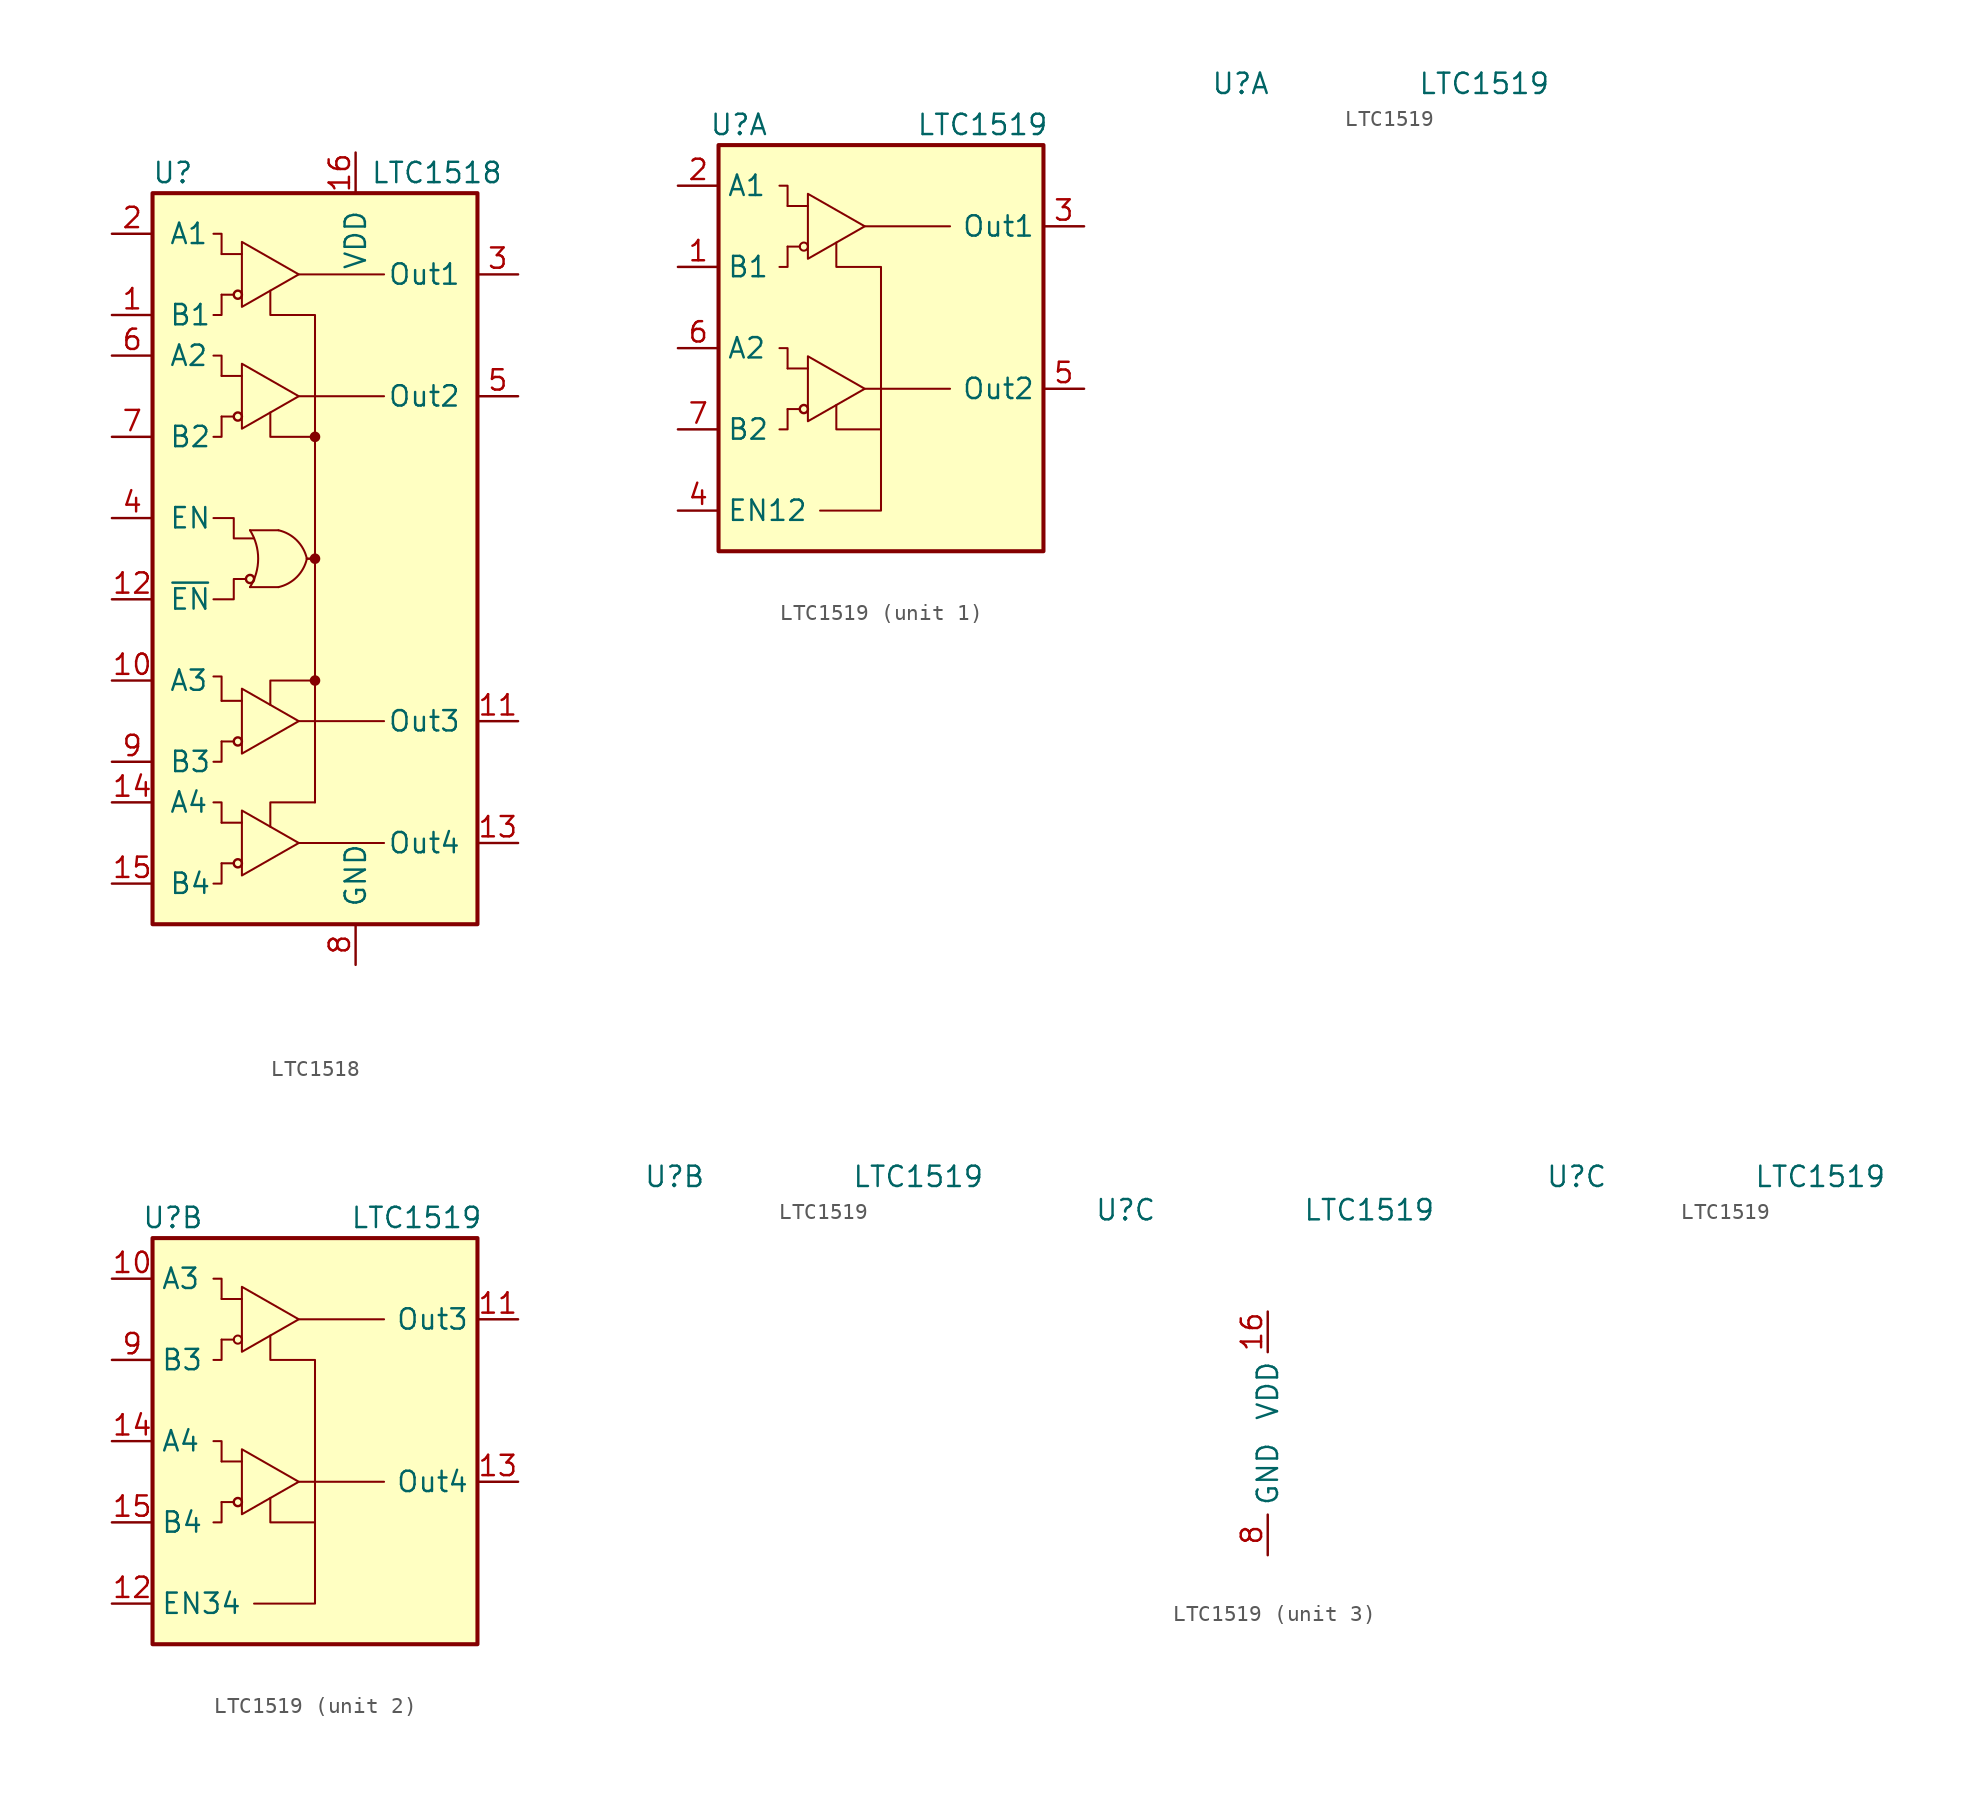
<source format=kicad_sym>
(kicad_symbol_lib
  (version 20241209)
  (generator "kicad_symbol_editor")
  (generator_version "9.0")
  (symbol "LTC1518"
    (pin_names
      (offset 1.016))
    (property "Reference" "U"
      (at -8.89 24.13 0)
      (effects (font (size 1.27 1.27))))
    (property "Value" "LTC1518"
      (at 7.62 24.13 0)
      (effects (font (size 1.27 1.27))))
    (symbol "LTC1518_0_1"
      (rectangle (start -10.16 22.86) (end 10.16 -22.86) (stroke (width 0.254) (type default)) (fill (type background)))
      (arc (start -4.064 1.778) (mid -3.5541 0) (end -4.064 -1.778) (stroke (width 0.127) (type default)) (fill (type none)))
      (polyline (pts (xy -6.35 2.54) (xy -5.08 2.54) (xy -5.08 1.27) (xy -3.81 1.27)) (stroke (width 0.127) (type default)) (fill (type none)))
      (polyline (pts (xy -5.842 19.05) (xy -4.572 19.05)) (stroke (width 0.127) (type default)) (fill (type none)))
      (polyline (pts (xy -5.842 19.05) (xy -5.842 20.32) (xy -6.35 20.32)) (stroke (width 0.127) (type default)) (fill (type none)))
      (polyline (pts (xy -5.842 16.51) (xy -5.08 16.51)) (stroke (width 0.127) (type default)) (fill (type none)))
      (polyline (pts (xy -5.842 16.51) (xy -5.842 15.24) (xy -6.096 15.24) (xy -6.35 15.24)) (stroke (width 0.127) (type default)) (fill (type none)))
      (polyline (pts (xy -5.842 11.43) (xy -5.842 12.7) (xy -6.35 12.7)) (stroke (width 0.127) (type default)) (fill (type none)))
      (polyline (pts (xy -5.842 8.89) (xy -5.842 7.62) (xy -6.35 7.62)) (stroke (width 0.127) (type default)) (fill (type none)))
      (polyline (pts (xy -5.842 -8.89) (xy -5.842 -7.366) (xy -6.35 -7.366)) (stroke (width 0.127) (type default)) (fill (type none)))
      (polyline (pts (xy -5.842 -11.43) (xy -5.842 -12.7) (xy -6.35 -12.7)) (stroke (width 0.127) (type default)) (fill (type none)))
      (polyline (pts (xy -5.842 -16.51) (xy -5.842 -15.24) (xy -6.35 -15.24)) (stroke (width 0.127) (type default)) (fill (type none)))
      (polyline (pts (xy -5.842 -19.05) (xy -5.842 -20.32) (xy -6.35 -20.32)) (stroke (width 0.127) (type default)) (fill (type none)))
      (circle (center -4.826 16.51) (radius 0.254) (stroke (width 0) (type default)) (fill (type none)))
      (polyline (pts (xy -4.572 19.812) (xy -4.572 15.748) (xy -1.016 17.78) (xy -4.572 19.812)) (stroke (width 0.127) (type default)) (fill (type none)))
      (polyline (pts (xy -4.318 -1.27) (xy -5.08 -1.27) (xy -5.08 -2.54) (xy -6.35 -2.54)) (stroke (width 0.127) (type default)) (fill (type none)))
      (circle (center -4.064 -1.27) (radius 0.254) (stroke (width 0) (type default)) (fill (type none)))
      (polyline (pts (xy -4.064 -1.778) (xy -2.286 -1.778)) (stroke (width 0.127) (type default)) (fill (type none)))
      (arc (start -0.508 0) (mid -1.1381 -1.1479) (end -2.286 -1.778) (stroke (width 0.127) (type default)) (fill (type none)))
      (arc (start -2.286 1.778) (mid -1.1381 1.1479) (end -0.508 0) (stroke (width 0.127) (type default)) (fill (type none)))
      (polyline (pts (xy -2.286 1.778) (xy -4.064 1.778)) (stroke (width 0.127) (type default)) (fill (type none)))
      (polyline (pts (xy -1.016 17.78) (xy 4.318 17.78)) (stroke (width 0.127) (type default)) (fill (type none)))
      (polyline (pts (xy -1.016 10.16) (xy 4.318 10.16)) (stroke (width 0.127) (type default)) (fill (type none)))
      (polyline (pts (xy -1.016 -10.16) (xy 4.318 -10.16)) (stroke (width 0.127) (type default)) (fill (type none)))
      (polyline (pts (xy -1.016 -17.78) (xy 4.318 -17.78)) (stroke (width 0.127) (type default)) (fill (type none)))
      (polyline (pts (xy -0.508 0) (xy 0 0)) (stroke (width 0) (type default)) (fill (type none)))
      (circle (center 0 7.62) (radius 0.254) (stroke (width 0) (type default)) (fill (type outline)))
      (polyline (pts (xy 0 7.62) (xy 0 0)) (stroke (width 0.127) (type default)) (fill (type none)))
      (polyline (pts (xy 0 7.62) (xy -2.794 7.62) (xy -2.794 9.144)) (stroke (width 0.127) (type default)) (fill (type none)))
      (polyline (pts (xy 0 7.62) (xy 0 15.24) (xy -2.794 15.24) (xy -2.794 16.764)) (stroke (width 0.127) (type default)) (fill (type none)))
      (polyline (pts (xy 0 0) (xy 0 -15.24)) (stroke (width 0.127) (type default)) (fill (type none)))
      (circle (center 0 0) (radius 0.254) (stroke (width 0) (type default)) (fill (type outline)))
      (polyline (pts (xy 0 -7.62) (xy -2.794 -7.62) (xy -2.794 -9.144)) (stroke (width 0.127) (type default)) (fill (type none)))
      (circle (center 0 -7.62) (radius 0.254) (stroke (width 0) (type default)) (fill (type outline)))
      (polyline (pts (xy 0 -15.24) (xy -2.794 -15.24) (xy -2.794 -16.764)) (stroke (width 0.127) (type default)) (fill (type none))))
    (symbol "LTC1518_1_1"
      (polyline (pts (xy -5.842 11.43) (xy -4.572 11.43)) (stroke (width 0.127) (type default)) (fill (type none)))
      (polyline (pts (xy -5.842 8.89) (xy -5.08 8.89)) (stroke (width 0.127) (type default)) (fill (type none)))
      (polyline (pts (xy -5.842 -8.89) (xy -4.572 -8.89)) (stroke (width 0.127) (type default)) (fill (type none)))
      (polyline (pts (xy -5.842 -11.43) (xy -5.08 -11.43)) (stroke (width 0.127) (type default)) (fill (type none)))
      (polyline (pts (xy -5.842 -16.51) (xy -4.572 -16.51)) (stroke (width 0.127) (type default)) (fill (type none)))
      (polyline (pts (xy -5.842 -19.05) (xy -5.08 -19.05)) (stroke (width 0.127) (type default)) (fill (type none)))
      (circle (center -4.826 8.89) (radius 0.254) (stroke (width 0) (type default)) (fill (type none)))
      (circle (center -4.826 -11.43) (radius 0.254) (stroke (width 0) (type default)) (fill (type none)))
      (circle (center -4.826 -19.05) (radius 0.254) (stroke (width 0) (type default)) (fill (type none)))
      (polyline (pts (xy -4.572 12.192) (xy -4.572 8.128) (xy -1.016 10.16) (xy -4.572 12.192)) (stroke (width 0.127) (type default)) (fill (type none)))
      (polyline (pts (xy -4.572 -8.128) (xy -4.572 -12.192) (xy -1.016 -10.16) (xy -4.572 -8.128)) (stroke (width 0.127) (type default)) (fill (type none)))
      (polyline (pts (xy -4.572 -15.748) (xy -4.572 -19.812) (xy -1.016 -17.78) (xy -4.572 -15.748)) (stroke (width 0.127) (type default)) (fill (type none)))
      (pin input line (at -12.7 20.32 0) (length 2.54) (name "A1" (effects (font (size 1.27 1.27)))) (number "2" (effects (font (size 1.27 1.27)))))
      (pin input line (at -12.7 15.24 0) (length 2.54) (name "B1" (effects (font (size 1.27 1.27)))) (number "1" (effects (font (size 1.27 1.27)))))
      (pin input line (at -12.7 12.7 0) (length 2.54) (name "A2" (effects (font (size 1.27 1.27)))) (number "6" (effects (font (size 1.27 1.27)))))
      (pin input line (at -12.7 7.62 0) (length 2.54) (name "B2" (effects (font (size 1.27 1.27)))) (number "7" (effects (font (size 1.27 1.27)))))
      (pin input line (at -12.7 2.54 0) (length 2.54) (name "EN" (effects (font (size 1.27 1.27)))) (number "4" (effects (font (size 1.27 1.27)))))
      (pin input line (at -12.7 -2.54 0) (length 2.54) (name "~{EN}" (effects (font (size 1.27 1.27)))) (number "12" (effects (font (size 1.27 1.27)))))
      (pin input line (at -12.7 -7.62 0) (length 2.54) (name "A3" (effects (font (size 1.27 1.27)))) (number "10" (effects (font (size 1.27 1.27)))))
      (pin input line (at -12.7 -12.7 0) (length 2.54) (name "B3" (effects (font (size 1.27 1.27)))) (number "9" (effects (font (size 1.27 1.27)))))
      (pin input line (at -12.7 -15.24 0) (length 2.54) (name "A4" (effects (font (size 1.27 1.27)))) (number "14" (effects (font (size 1.27 1.27)))))
      (pin input line (at -12.7 -20.32 0) (length 2.54) (name "B4" (effects (font (size 1.27 1.27)))) (number "15" (effects (font (size 1.27 1.27)))))
      (pin power_in line (at 2.54 25.4 270) (length 2.54) (name "VDD" (effects (font (size 1.27 1.27)))) (number "16" (effects (font (size 1.27 1.27)))))
      (pin power_in line (at 2.54 -25.4 90) (length 2.54) (name "GND" (effects (font (size 1.27 1.27)))) (number "8" (effects (font (size 1.27 1.27)))))
      (pin tri_state line (at 12.7 17.78 180) (length 2.54) (name "Out1" (effects (font (size 1.27 1.27)))) (number "3" (effects (font (size 1.27 1.27)))))
      (pin tri_state line (at 12.7 10.16 180) (length 2.54) (name "Out2" (effects (font (size 1.27 1.27)))) (number "5" (effects (font (size 1.27 1.27)))))
      (pin tri_state line (at 12.7 -10.16 180) (length 2.54) (name "Out3" (effects (font (size 1.27 1.27)))) (number "11" (effects (font (size 1.27 1.27)))))
      (pin tri_state line (at 12.7 -17.78 180) (length 2.54) (name "Out4" (effects (font (size 1.27 1.27)))) (number "13" (effects (font (size 1.27 1.27)))))))
  (symbol "LTC1519"
    (property "Reference" "U"
      (at -8.89 13.97 0)
      (effects (font (size 1.27 1.27))))
    (property "Value" "LTC1519"
      (at 6.35 13.97 0)
      (effects (font (size 1.27 1.27))))
    (property "ki_locked" ""
      (at 0 0 0)
      (effects (font (size 1.27 1.27))))
    (symbol "LTC1519_1_1"
      (rectangle (start -10.16 12.7) (end 10.16 -12.7) (stroke (width 0.254) (type default)) (fill (type background)))
      (polyline (pts (xy -5.842 8.89) (xy -4.572 8.89)) (stroke (width 0.127) (type default)) (fill (type none)))
      (polyline (pts (xy -5.842 8.89) (xy -5.842 10.16) (xy -6.35 10.16)) (stroke (width 0.127) (type default)) (fill (type none)))
      (polyline (pts (xy -5.842 6.35) (xy -5.08 6.35)) (stroke (width 0.127) (type default)) (fill (type none)))
      (polyline (pts (xy -5.842 6.35) (xy -5.842 5.08) (xy -6.096 5.08) (xy -6.35 5.08)) (stroke (width 0.127) (type default)) (fill (type none)))
      (polyline (pts (xy -5.842 -1.27) (xy -4.572 -1.27)) (stroke (width 0.127) (type default)) (fill (type none)))
      (polyline (pts (xy -5.842 -1.27) (xy -5.842 0) (xy -6.35 0)) (stroke (width 0.127) (type default)) (fill (type none)))
      (polyline (pts (xy -5.842 -3.81) (xy -5.08 -3.81)) (stroke (width 0.127) (type default)) (fill (type none)))
      (polyline (pts (xy -5.842 -3.81) (xy -5.842 -5.08) (xy -6.35 -5.08)) (stroke (width 0.127) (type default)) (fill (type none)))
      (circle (center -4.826 6.35) (radius 0.254) (stroke (width 0.127) (type default)) (fill (type none)))
      (circle (center -4.826 -3.81) (radius 0.254) (stroke (width 0) (type default)) (fill (type none)))
      (polyline (pts (xy -4.572 9.652) (xy -4.572 5.588) (xy -1.016 7.62) (xy -4.572 9.652)) (stroke (width 0.127) (type default)) (fill (type none)))
      (polyline (pts (xy -4.572 -0.508) (xy -4.572 -4.572) (xy -1.016 -2.54) (xy -4.572 -0.508)) (stroke (width 0.127) (type default)) (fill (type none)))
      (polyline (pts (xy -3.81 -10.16) (xy 0 -10.16) (xy 0 -2.54)) (stroke (width 0.127) (type default)) (fill (type none)))
      (polyline (pts (xy -1.016 7.62) (xy 4.318 7.62)) (stroke (width 0.127) (type default)) (fill (type none)))
      (polyline (pts (xy -1.016 -2.54) (xy 4.318 -2.54)) (stroke (width 0.127) (type default)) (fill (type none)))
      (polyline (pts (xy 0 -2.54) (xy 0 5.08) (xy -2.794 5.08) (xy -2.794 6.604)) (stroke (width 0.127) (type default)) (fill (type none)))
      (polyline (pts (xy 0 -5.08) (xy -2.794 -5.08) (xy -2.794 -3.556)) (stroke (width 0.127) (type default)) (fill (type none)))
      (pin input line (at -12.7 10.16 0) (length 2.54) (name "A1" (effects (font (size 1.27 1.27)))) (number "2" (effects (font (size 1.27 1.27)))))
      (pin input line (at -12.7 5.08 0) (length 2.54) (name "B1" (effects (font (size 1.27 1.27)))) (number "1" (effects (font (size 1.27 1.27)))))
      (pin input line (at -12.7 0 0) (length 2.54) (name "A2" (effects (font (size 1.27 1.27)))) (number "6" (effects (font (size 1.27 1.27)))))
      (pin input line (at -12.7 -5.08 0) (length 2.54) (name "B2" (effects (font (size 1.27 1.27)))) (number "7" (effects (font (size 1.27 1.27)))))
      (pin input line (at -12.7 -10.16 0) (length 2.54) (name "EN12" (effects (font (size 1.27 1.27)))) (number "4" (effects (font (size 1.27 1.27)))))
      (pin tri_state line (at 12.7 7.62 180) (length 2.54) (name "Out1" (effects (font (size 1.27 1.27)))) (number "3" (effects (font (size 1.27 1.27)))))
      (pin tri_state line (at 12.7 -2.54 180) (length 2.54) (name "Out2" (effects (font (size 1.27 1.27)))) (number "5" (effects (font (size 1.27 1.27))))))
    (symbol "LTC1519_2_1"
      (rectangle (start -10.16 12.7) (end 10.16 -12.7) (stroke (width 0.254) (type default)) (fill (type background)))
      (polyline (pts (xy -5.842 8.89) (xy -4.572 8.89)) (stroke (width 0.127) (type default)) (fill (type none)))
      (polyline (pts (xy -5.842 8.89) (xy -5.842 10.16) (xy -6.35 10.16)) (stroke (width 0.127) (type default)) (fill (type none)))
      (polyline (pts (xy -5.842 6.35) (xy -5.08 6.35)) (stroke (width 0.127) (type default)) (fill (type none)))
      (polyline (pts (xy -5.842 6.35) (xy -5.842 5.08) (xy -6.096 5.08) (xy -6.35 5.08)) (stroke (width 0.127) (type default)) (fill (type none)))
      (polyline (pts (xy -5.842 -1.27) (xy -4.572 -1.27)) (stroke (width 0.127) (type default)) (fill (type none)))
      (polyline (pts (xy -5.842 -1.27) (xy -5.842 0) (xy -6.35 0)) (stroke (width 0.127) (type default)) (fill (type none)))
      (polyline (pts (xy -5.842 -3.81) (xy -5.08 -3.81)) (stroke (width 0.127) (type default)) (fill (type none)))
      (polyline (pts (xy -5.842 -3.81) (xy -5.842 -5.08) (xy -6.35 -5.08)) (stroke (width 0.127) (type default)) (fill (type none)))
      (circle (center -4.826 6.35) (radius 0.254) (stroke (width 0.127) (type default)) (fill (type none)))
      (circle (center -4.826 -3.81) (radius 0.254) (stroke (width 0) (type default)) (fill (type none)))
      (polyline (pts (xy -4.572 9.652) (xy -4.572 5.588) (xy -1.016 7.62) (xy -4.572 9.652)) (stroke (width 0.127) (type default)) (fill (type none)))
      (polyline (pts (xy -4.572 -0.508) (xy -4.572 -4.572) (xy -1.016 -2.54) (xy -4.572 -0.508)) (stroke (width 0.127) (type default)) (fill (type none)))
      (polyline (pts (xy -3.81 -10.16) (xy 0 -10.16) (xy 0 -2.54)) (stroke (width 0.127) (type default)) (fill (type none)))
      (polyline (pts (xy -1.016 7.62) (xy 4.318 7.62)) (stroke (width 0.127) (type default)) (fill (type none)))
      (polyline (pts (xy -1.016 -2.54) (xy 4.318 -2.54)) (stroke (width 0.127) (type default)) (fill (type none)))
      (polyline (pts (xy 0 -2.54) (xy 0 5.08) (xy -2.794 5.08) (xy -2.794 6.604)) (stroke (width 0.127) (type default)) (fill (type none)))
      (polyline (pts (xy 0 -5.08) (xy -2.794 -5.08) (xy -2.794 -3.556)) (stroke (width 0.127) (type default)) (fill (type none)))
      (pin input line (at -12.7 10.16 0) (length 2.54) (name "A3" (effects (font (size 1.27 1.27)))) (number "10" (effects (font (size 1.27 1.27)))))
      (pin input line (at -12.7 5.08 0) (length 2.54) (name "B3" (effects (font (size 1.27 1.27)))) (number "9" (effects (font (size 1.27 1.27)))))
      (pin input line (at -12.7 0 0) (length 2.54) (name "A4" (effects (font (size 1.27 1.27)))) (number "14" (effects (font (size 1.27 1.27)))))
      (pin input line (at -12.7 -5.08 0) (length 2.54) (name "B4" (effects (font (size 1.27 1.27)))) (number "15" (effects (font (size 1.27 1.27)))))
      (pin input line (at -12.7 -10.16 0) (length 2.54) (name "EN34" (effects (font (size 1.27 1.27)))) (number "12" (effects (font (size 1.27 1.27)))))
      (pin tri_state line (at 12.7 7.62 180) (length 2.54) (name "Out3" (effects (font (size 1.27 1.27)))) (number "11" (effects (font (size 1.27 1.27)))))
      (pin tri_state line (at 12.7 -2.54 180) (length 2.54) (name "Out4" (effects (font (size 1.27 1.27)))) (number "13" (effects (font (size 1.27 1.27))))))
    (symbol "LTC1519_3_1"
      (pin power_in line (at 0 7.62 270) (length 2.54) (name "VDD" (effects (font (size 1.27 1.27)))) (number "16" (effects (font (size 1.27 1.27)))))
      (pin power_in line (at 0 -7.62 90) (length 2.54) (name "GND" (effects (font (size 1.27 1.27)))) (number "8" (effects (font (size 1.27 1.27))))))
    (symbol "LTC1519_3_3"
      (circle (center 0 -5.08) (radius 0.254) (stroke (width 0.127) (type default)) (fill (type outline))))))
</source>
